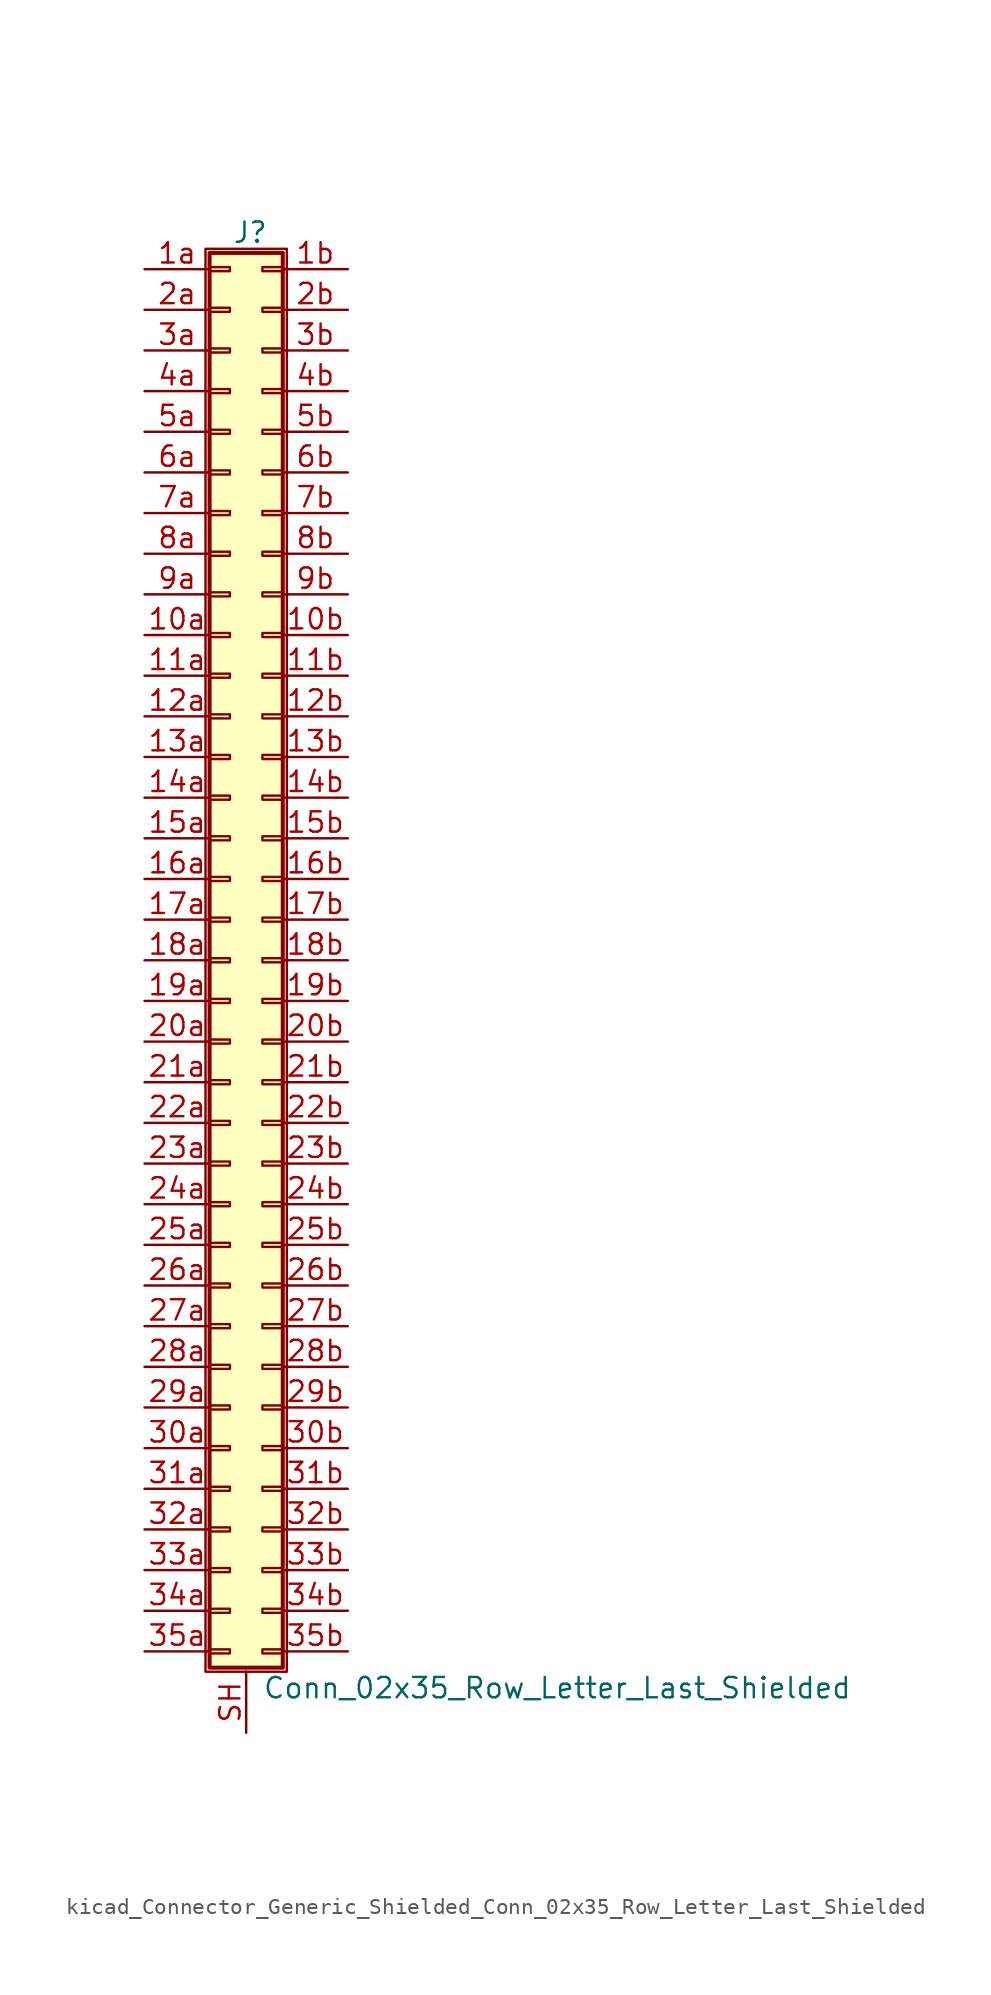
<source format=kicad_sym>
(kicad_symbol_lib
  (version 20220914)
  (generator kicad_symbol_editor)
  (symbol "kicad_Connector_Generic_Shielded_Conn_02x35_Row_Letter_Last_Shielded"
    (pin_names
      (offset 1.016) hide)
    (property "Reference" "J"
      (at 1.524 45.466 0)
      (effects (font (size 1.27 1.27))))
    (property "Value" "Conn_02x35_Row_Letter_Last_Shielded"
      (at 2.286 -45.466 0)
      (effects (font (size 1.27 1.27)) (justify left)))
    (symbol "kicad_Connector_Generic_Shielded_Conn_02x35_Row_Letter_Last_Shielded_1_1"
      (rectangle (start -1.27 44.45) (end 3.81 -44.45) (stroke (width 0.152) (type default)) (fill (type none)))
      (rectangle (start -1.016 -43.053) (end 0.254 -43.307) (stroke (width 0.152) (type default)) (fill (type none)))
      (rectangle (start -1.016 -40.513) (end 0.254 -40.767) (stroke (width 0.152) (type default)) (fill (type none)))
      (rectangle (start -1.016 -37.973) (end 0.254 -38.227) (stroke (width 0.152) (type default)) (fill (type none)))
      (rectangle (start -1.016 -35.433) (end 0.254 -35.687) (stroke (width 0.152) (type default)) (fill (type none)))
      (rectangle (start -1.016 -32.893) (end 0.254 -33.147) (stroke (width 0.152) (type default)) (fill (type none)))
      (rectangle (start -1.016 -30.353) (end 0.254 -30.607) (stroke (width 0.152) (type default)) (fill (type none)))
      (rectangle (start -1.016 -27.813) (end 0.254 -28.067) (stroke (width 0.152) (type default)) (fill (type none)))
      (rectangle (start -1.016 -25.273) (end 0.254 -25.527) (stroke (width 0.152) (type default)) (fill (type none)))
      (rectangle (start -1.016 -22.733) (end 0.254 -22.987) (stroke (width 0.152) (type default)) (fill (type none)))
      (rectangle (start -1.016 -20.193) (end 0.254 -20.447) (stroke (width 0.152) (type default)) (fill (type none)))
      (rectangle (start -1.016 -17.653) (end 0.254 -17.907) (stroke (width 0.152) (type default)) (fill (type none)))
      (rectangle (start -1.016 -15.113) (end 0.254 -15.367) (stroke (width 0.152) (type default)) (fill (type none)))
      (rectangle (start -1.016 -12.573) (end 0.254 -12.827) (stroke (width 0.152) (type default)) (fill (type none)))
      (rectangle (start -1.016 -10.033) (end 0.254 -10.287) (stroke (width 0.152) (type default)) (fill (type none)))
      (rectangle (start -1.016 -7.493) (end 0.254 -7.747) (stroke (width 0.152) (type default)) (fill (type none)))
      (rectangle (start -1.016 -4.953) (end 0.254 -5.207) (stroke (width 0.152) (type default)) (fill (type none)))
      (rectangle (start -1.016 -2.413) (end 0.254 -2.667) (stroke (width 0.152) (type default)) (fill (type none)))
      (rectangle (start -1.016 0.127) (end 0.254 -0.127) (stroke (width 0.152) (type default)) (fill (type none)))
      (rectangle (start -1.016 2.667) (end 0.254 2.413) (stroke (width 0.152) (type default)) (fill (type none)))
      (rectangle (start -1.016 5.207) (end 0.254 4.953) (stroke (width 0.152) (type default)) (fill (type none)))
      (rectangle (start -1.016 7.747) (end 0.254 7.493) (stroke (width 0.152) (type default)) (fill (type none)))
      (rectangle (start -1.016 10.287) (end 0.254 10.033) (stroke (width 0.152) (type default)) (fill (type none)))
      (rectangle (start -1.016 12.827) (end 0.254 12.573) (stroke (width 0.152) (type default)) (fill (type none)))
      (rectangle (start -1.016 15.367) (end 0.254 15.113) (stroke (width 0.152) (type default)) (fill (type none)))
      (rectangle (start -1.016 17.907) (end 0.254 17.653) (stroke (width 0.152) (type default)) (fill (type none)))
      (rectangle (start -1.016 20.447) (end 0.254 20.193) (stroke (width 0.152) (type default)) (fill (type none)))
      (rectangle (start -1.016 22.987) (end 0.254 22.733) (stroke (width 0.152) (type default)) (fill (type none)))
      (rectangle (start -1.016 25.527) (end 0.254 25.273) (stroke (width 0.152) (type default)) (fill (type none)))
      (rectangle (start -1.016 28.067) (end 0.254 27.813) (stroke (width 0.152) (type default)) (fill (type none)))
      (rectangle (start -1.016 30.607) (end 0.254 30.353) (stroke (width 0.152) (type default)) (fill (type none)))
      (rectangle (start -1.016 33.147) (end 0.254 32.893) (stroke (width 0.152) (type default)) (fill (type none)))
      (rectangle (start -1.016 35.687) (end 0.254 35.433) (stroke (width 0.152) (type default)) (fill (type none)))
      (rectangle (start -1.016 38.227) (end 0.254 37.973) (stroke (width 0.152) (type default)) (fill (type none)))
      (rectangle (start -1.016 40.767) (end 0.254 40.513) (stroke (width 0.152) (type default)) (fill (type none)))
      (rectangle (start -1.016 43.307) (end 0.254 43.053) (stroke (width 0.152) (type default)) (fill (type none)))
      (rectangle (start -1.016 44.196) (end 3.556 -44.196) (stroke (width 0.254) (type default)) (fill (type background)))
      (rectangle (start 3.556 -43.053) (end 2.286 -43.307) (stroke (width 0.152) (type default)) (fill (type none)))
      (rectangle (start 3.556 -40.513) (end 2.286 -40.767) (stroke (width 0.152) (type default)) (fill (type none)))
      (rectangle (start 3.556 -37.973) (end 2.286 -38.227) (stroke (width 0.152) (type default)) (fill (type none)))
      (rectangle (start 3.556 -35.433) (end 2.286 -35.687) (stroke (width 0.152) (type default)) (fill (type none)))
      (rectangle (start 3.556 -32.893) (end 2.286 -33.147) (stroke (width 0.152) (type default)) (fill (type none)))
      (rectangle (start 3.556 -30.353) (end 2.286 -30.607) (stroke (width 0.152) (type default)) (fill (type none)))
      (rectangle (start 3.556 -27.813) (end 2.286 -28.067) (stroke (width 0.152) (type default)) (fill (type none)))
      (rectangle (start 3.556 -25.273) (end 2.286 -25.527) (stroke (width 0.152) (type default)) (fill (type none)))
      (rectangle (start 3.556 -22.733) (end 2.286 -22.987) (stroke (width 0.152) (type default)) (fill (type none)))
      (rectangle (start 3.556 -20.193) (end 2.286 -20.447) (stroke (width 0.152) (type default)) (fill (type none)))
      (rectangle (start 3.556 -17.653) (end 2.286 -17.907) (stroke (width 0.152) (type default)) (fill (type none)))
      (rectangle (start 3.556 -15.113) (end 2.286 -15.367) (stroke (width 0.152) (type default)) (fill (type none)))
      (rectangle (start 3.556 -12.573) (end 2.286 -12.827) (stroke (width 0.152) (type default)) (fill (type none)))
      (rectangle (start 3.556 -10.033) (end 2.286 -10.287) (stroke (width 0.152) (type default)) (fill (type none)))
      (rectangle (start 3.556 -7.493) (end 2.286 -7.747) (stroke (width 0.152) (type default)) (fill (type none)))
      (rectangle (start 3.556 -4.953) (end 2.286 -5.207) (stroke (width 0.152) (type default)) (fill (type none)))
      (rectangle (start 3.556 -2.413) (end 2.286 -2.667) (stroke (width 0.152) (type default)) (fill (type none)))
      (rectangle (start 3.556 0.127) (end 2.286 -0.127) (stroke (width 0.152) (type default)) (fill (type none)))
      (rectangle (start 3.556 2.667) (end 2.286 2.413) (stroke (width 0.152) (type default)) (fill (type none)))
      (rectangle (start 3.556 5.207) (end 2.286 4.953) (stroke (width 0.152) (type default)) (fill (type none)))
      (rectangle (start 3.556 7.747) (end 2.286 7.493) (stroke (width 0.152) (type default)) (fill (type none)))
      (rectangle (start 3.556 10.287) (end 2.286 10.033) (stroke (width 0.152) (type default)) (fill (type none)))
      (rectangle (start 3.556 12.827) (end 2.286 12.573) (stroke (width 0.152) (type default)) (fill (type none)))
      (rectangle (start 3.556 15.367) (end 2.286 15.113) (stroke (width 0.152) (type default)) (fill (type none)))
      (rectangle (start 3.556 17.907) (end 2.286 17.653) (stroke (width 0.152) (type default)) (fill (type none)))
      (rectangle (start 3.556 20.447) (end 2.286 20.193) (stroke (width 0.152) (type default)) (fill (type none)))
      (rectangle (start 3.556 22.987) (end 2.286 22.733) (stroke (width 0.152) (type default)) (fill (type none)))
      (rectangle (start 3.556 25.527) (end 2.286 25.273) (stroke (width 0.152) (type default)) (fill (type none)))
      (rectangle (start 3.556 28.067) (end 2.286 27.813) (stroke (width 0.152) (type default)) (fill (type none)))
      (rectangle (start 3.556 30.607) (end 2.286 30.353) (stroke (width 0.152) (type default)) (fill (type none)))
      (rectangle (start 3.556 33.147) (end 2.286 32.893) (stroke (width 0.152) (type default)) (fill (type none)))
      (rectangle (start 3.556 35.687) (end 2.286 35.433) (stroke (width 0.152) (type default)) (fill (type none)))
      (rectangle (start 3.556 38.227) (end 2.286 37.973) (stroke (width 0.152) (type default)) (fill (type none)))
      (rectangle (start 3.556 40.767) (end 2.286 40.513) (stroke (width 0.152) (type default)) (fill (type none)))
      (rectangle (start 3.556 43.307) (end 2.286 43.053) (stroke (width 0.152) (type default)) (fill (type none)))
      (pin passive line (at -5.08 20.32 0) (length 4.064) (name "Pin_10a" (effects (font (size 1.27 1.27)))) (number "10a" (effects (font (size 1.27 1.27)))))
      (pin passive line (at 7.62 20.32 180) (length 4.064) (name "Pin_10b" (effects (font (size 1.27 1.27)))) (number "10b" (effects (font (size 1.27 1.27)))))
      (pin passive line (at -5.08 17.78 0) (length 4.064) (name "Pin_11a" (effects (font (size 1.27 1.27)))) (number "11a" (effects (font (size 1.27 1.27)))))
      (pin passive line (at 7.62 17.78 180) (length 4.064) (name "Pin_11b" (effects (font (size 1.27 1.27)))) (number "11b" (effects (font (size 1.27 1.27)))))
      (pin passive line (at -5.08 15.24 0) (length 4.064) (name "Pin_12a" (effects (font (size 1.27 1.27)))) (number "12a" (effects (font (size 1.27 1.27)))))
      (pin passive line (at 7.62 15.24 180) (length 4.064) (name "Pin_12b" (effects (font (size 1.27 1.27)))) (number "12b" (effects (font (size 1.27 1.27)))))
      (pin passive line (at -5.08 12.7 0) (length 4.064) (name "Pin_13a" (effects (font (size 1.27 1.27)))) (number "13a" (effects (font (size 1.27 1.27)))))
      (pin passive line (at 7.62 12.7 180) (length 4.064) (name "Pin_13b" (effects (font (size 1.27 1.27)))) (number "13b" (effects (font (size 1.27 1.27)))))
      (pin passive line (at -5.08 10.16 0) (length 4.064) (name "Pin_14a" (effects (font (size 1.27 1.27)))) (number "14a" (effects (font (size 1.27 1.27)))))
      (pin passive line (at 7.62 10.16 180) (length 4.064) (name "Pin_14b" (effects (font (size 1.27 1.27)))) (number "14b" (effects (font (size 1.27 1.27)))))
      (pin passive line (at -5.08 7.62 0) (length 4.064) (name "Pin_15a" (effects (font (size 1.27 1.27)))) (number "15a" (effects (font (size 1.27 1.27)))))
      (pin passive line (at 7.62 7.62 180) (length 4.064) (name "Pin_15b" (effects (font (size 1.27 1.27)))) (number "15b" (effects (font (size 1.27 1.27)))))
      (pin passive line (at -5.08 5.08 0) (length 4.064) (name "Pin_16a" (effects (font (size 1.27 1.27)))) (number "16a" (effects (font (size 1.27 1.27)))))
      (pin passive line (at 7.62 5.08 180) (length 4.064) (name "Pin_16b" (effects (font (size 1.27 1.27)))) (number "16b" (effects (font (size 1.27 1.27)))))
      (pin passive line (at -5.08 2.54 0) (length 4.064) (name "Pin_17a" (effects (font (size 1.27 1.27)))) (number "17a" (effects (font (size 1.27 1.27)))))
      (pin passive line (at 7.62 2.54 180) (length 4.064) (name "Pin_17b" (effects (font (size 1.27 1.27)))) (number "17b" (effects (font (size 1.27 1.27)))))
      (pin passive line (at -5.08 0 0) (length 4.064) (name "Pin_18a" (effects (font (size 1.27 1.27)))) (number "18a" (effects (font (size 1.27 1.27)))))
      (pin passive line (at 7.62 0 180) (length 4.064) (name "Pin_18b" (effects (font (size 1.27 1.27)))) (number "18b" (effects (font (size 1.27 1.27)))))
      (pin passive line (at -5.08 -2.54 0) (length 4.064) (name "Pin_19a" (effects (font (size 1.27 1.27)))) (number "19a" (effects (font (size 1.27 1.27)))))
      (pin passive line (at 7.62 -2.54 180) (length 4.064) (name "Pin_19b" (effects (font (size 1.27 1.27)))) (number "19b" (effects (font (size 1.27 1.27)))))
      (pin passive line (at -5.08 43.18 0) (length 4.064) (name "Pin_1a" (effects (font (size 1.27 1.27)))) (number "1a" (effects (font (size 1.27 1.27)))))
      (pin passive line (at 7.62 43.18 180) (length 4.064) (name "Pin_1b" (effects (font (size 1.27 1.27)))) (number "1b" (effects (font (size 1.27 1.27)))))
      (pin passive line (at -5.08 -5.08 0) (length 4.064) (name "Pin_20a" (effects (font (size 1.27 1.27)))) (number "20a" (effects (font (size 1.27 1.27)))))
      (pin passive line (at 7.62 -5.08 180) (length 4.064) (name "Pin_20b" (effects (font (size 1.27 1.27)))) (number "20b" (effects (font (size 1.27 1.27)))))
      (pin passive line (at -5.08 -7.62 0) (length 4.064) (name "Pin_21a" (effects (font (size 1.27 1.27)))) (number "21a" (effects (font (size 1.27 1.27)))))
      (pin passive line (at 7.62 -7.62 180) (length 4.064) (name "Pin_21b" (effects (font (size 1.27 1.27)))) (number "21b" (effects (font (size 1.27 1.27)))))
      (pin passive line (at -5.08 -10.16 0) (length 4.064) (name "Pin_22a" (effects (font (size 1.27 1.27)))) (number "22a" (effects (font (size 1.27 1.27)))))
      (pin passive line (at 7.62 -10.16 180) (length 4.064) (name "Pin_22b" (effects (font (size 1.27 1.27)))) (number "22b" (effects (font (size 1.27 1.27)))))
      (pin passive line (at -5.08 -12.7 0) (length 4.064) (name "Pin_23a" (effects (font (size 1.27 1.27)))) (number "23a" (effects (font (size 1.27 1.27)))))
      (pin passive line (at 7.62 -12.7 180) (length 4.064) (name "Pin_23b" (effects (font (size 1.27 1.27)))) (number "23b" (effects (font (size 1.27 1.27)))))
      (pin passive line (at -5.08 -15.24 0) (length 4.064) (name "Pin_24a" (effects (font (size 1.27 1.27)))) (number "24a" (effects (font (size 1.27 1.27)))))
      (pin passive line (at 7.62 -15.24 180) (length 4.064) (name "Pin_24b" (effects (font (size 1.27 1.27)))) (number "24b" (effects (font (size 1.27 1.27)))))
      (pin passive line (at -5.08 -17.78 0) (length 4.064) (name "Pin_25a" (effects (font (size 1.27 1.27)))) (number "25a" (effects (font (size 1.27 1.27)))))
      (pin passive line (at 7.62 -17.78 180) (length 4.064) (name "Pin_25b" (effects (font (size 1.27 1.27)))) (number "25b" (effects (font (size 1.27 1.27)))))
      (pin passive line (at -5.08 -20.32 0) (length 4.064) (name "Pin_26a" (effects (font (size 1.27 1.27)))) (number "26a" (effects (font (size 1.27 1.27)))))
      (pin passive line (at 7.62 -20.32 180) (length 4.064) (name "Pin_26b" (effects (font (size 1.27 1.27)))) (number "26b" (effects (font (size 1.27 1.27)))))
      (pin passive line (at -5.08 -22.86 0) (length 4.064) (name "Pin_27a" (effects (font (size 1.27 1.27)))) (number "27a" (effects (font (size 1.27 1.27)))))
      (pin passive line (at 7.62 -22.86 180) (length 4.064) (name "Pin_27b" (effects (font (size 1.27 1.27)))) (number "27b" (effects (font (size 1.27 1.27)))))
      (pin passive line (at -5.08 -25.4 0) (length 4.064) (name "Pin_28a" (effects (font (size 1.27 1.27)))) (number "28a" (effects (font (size 1.27 1.27)))))
      (pin passive line (at 7.62 -25.4 180) (length 4.064) (name "Pin_28b" (effects (font (size 1.27 1.27)))) (number "28b" (effects (font (size 1.27 1.27)))))
      (pin passive line (at -5.08 -27.94 0) (length 4.064) (name "Pin_29a" (effects (font (size 1.27 1.27)))) (number "29a" (effects (font (size 1.27 1.27)))))
      (pin passive line (at 7.62 -27.94 180) (length 4.064) (name "Pin_29b" (effects (font (size 1.27 1.27)))) (number "29b" (effects (font (size 1.27 1.27)))))
      (pin passive line (at -5.08 40.64 0) (length 4.064) (name "Pin_2a" (effects (font (size 1.27 1.27)))) (number "2a" (effects (font (size 1.27 1.27)))))
      (pin passive line (at 7.62 40.64 180) (length 4.064) (name "Pin_2b" (effects (font (size 1.27 1.27)))) (number "2b" (effects (font (size 1.27 1.27)))))
      (pin passive line (at -5.08 -30.48 0) (length 4.064) (name "Pin_30a" (effects (font (size 1.27 1.27)))) (number "30a" (effects (font (size 1.27 1.27)))))
      (pin passive line (at 7.62 -30.48 180) (length 4.064) (name "Pin_30b" (effects (font (size 1.27 1.27)))) (number "30b" (effects (font (size 1.27 1.27)))))
      (pin passive line (at -5.08 -33.02 0) (length 4.064) (name "Pin_31a" (effects (font (size 1.27 1.27)))) (number "31a" (effects (font (size 1.27 1.27)))))
      (pin passive line (at 7.62 -33.02 180) (length 4.064) (name "Pin_31b" (effects (font (size 1.27 1.27)))) (number "31b" (effects (font (size 1.27 1.27)))))
      (pin passive line (at -5.08 -35.56 0) (length 4.064) (name "Pin_32a" (effects (font (size 1.27 1.27)))) (number "32a" (effects (font (size 1.27 1.27)))))
      (pin passive line (at 7.62 -35.56 180) (length 4.064) (name "Pin_32b" (effects (font (size 1.27 1.27)))) (number "32b" (effects (font (size 1.27 1.27)))))
      (pin passive line (at -5.08 -38.1 0) (length 4.064) (name "Pin_33a" (effects (font (size 1.27 1.27)))) (number "33a" (effects (font (size 1.27 1.27)))))
      (pin passive line (at 7.62 -38.1 180) (length 4.064) (name "Pin_33b" (effects (font (size 1.27 1.27)))) (number "33b" (effects (font (size 1.27 1.27)))))
      (pin passive line (at -5.08 -40.64 0) (length 4.064) (name "Pin_34a" (effects (font (size 1.27 1.27)))) (number "34a" (effects (font (size 1.27 1.27)))))
      (pin passive line (at 7.62 -40.64 180) (length 4.064) (name "Pin_34b" (effects (font (size 1.27 1.27)))) (number "34b" (effects (font (size 1.27 1.27)))))
      (pin passive line (at -5.08 -43.18 0) (length 4.064) (name "Pin_35a" (effects (font (size 1.27 1.27)))) (number "35a" (effects (font (size 1.27 1.27)))))
      (pin passive line (at 7.62 -43.18 180) (length 4.064) (name "Pin_35b" (effects (font (size 1.27 1.27)))) (number "35b" (effects (font (size 1.27 1.27)))))
      (pin passive line (at -5.08 38.1 0) (length 4.064) (name "Pin_3a" (effects (font (size 1.27 1.27)))) (number "3a" (effects (font (size 1.27 1.27)))))
      (pin passive line (at 7.62 38.1 180) (length 4.064) (name "Pin_3b" (effects (font (size 1.27 1.27)))) (number "3b" (effects (font (size 1.27 1.27)))))
      (pin passive line (at -5.08 35.56 0) (length 4.064) (name "Pin_4a" (effects (font (size 1.27 1.27)))) (number "4a" (effects (font (size 1.27 1.27)))))
      (pin passive line (at 7.62 35.56 180) (length 4.064) (name "Pin_4b" (effects (font (size 1.27 1.27)))) (number "4b" (effects (font (size 1.27 1.27)))))
      (pin passive line (at -5.08 33.02 0) (length 4.064) (name "Pin_5a" (effects (font (size 1.27 1.27)))) (number "5a" (effects (font (size 1.27 1.27)))))
      (pin passive line (at 7.62 33.02 180) (length 4.064) (name "Pin_5b" (effects (font (size 1.27 1.27)))) (number "5b" (effects (font (size 1.27 1.27)))))
      (pin passive line (at -5.08 30.48 0) (length 4.064) (name "Pin_6a" (effects (font (size 1.27 1.27)))) (number "6a" (effects (font (size 1.27 1.27)))))
      (pin passive line (at 7.62 30.48 180) (length 4.064) (name "Pin_6b" (effects (font (size 1.27 1.27)))) (number "6b" (effects (font (size 1.27 1.27)))))
      (pin passive line (at -5.08 27.94 0) (length 4.064) (name "Pin_7a" (effects (font (size 1.27 1.27)))) (number "7a" (effects (font (size 1.27 1.27)))))
      (pin passive line (at 7.62 27.94 180) (length 4.064) (name "Pin_7b" (effects (font (size 1.27 1.27)))) (number "7b" (effects (font (size 1.27 1.27)))))
      (pin passive line (at -5.08 25.4 0) (length 4.064) (name "Pin_8a" (effects (font (size 1.27 1.27)))) (number "8a" (effects (font (size 1.27 1.27)))))
      (pin passive line (at 7.62 25.4 180) (length 4.064) (name "Pin_8b" (effects (font (size 1.27 1.27)))) (number "8b" (effects (font (size 1.27 1.27)))))
      (pin passive line (at -5.08 22.86 0) (length 4.064) (name "Pin_9a" (effects (font (size 1.27 1.27)))) (number "9a" (effects (font (size 1.27 1.27)))))
      (pin passive line (at 7.62 22.86 180) (length 4.064) (name "Pin_9b" (effects (font (size 1.27 1.27)))) (number "9b" (effects (font (size 1.27 1.27)))))
      (pin passive line (at 1.27 -48.26 90) (length 3.81) (name "Shield" (effects (font (size 1.27 1.27)))) (number "SH" (effects (font (size 1.27 1.27))))))))
</source>
